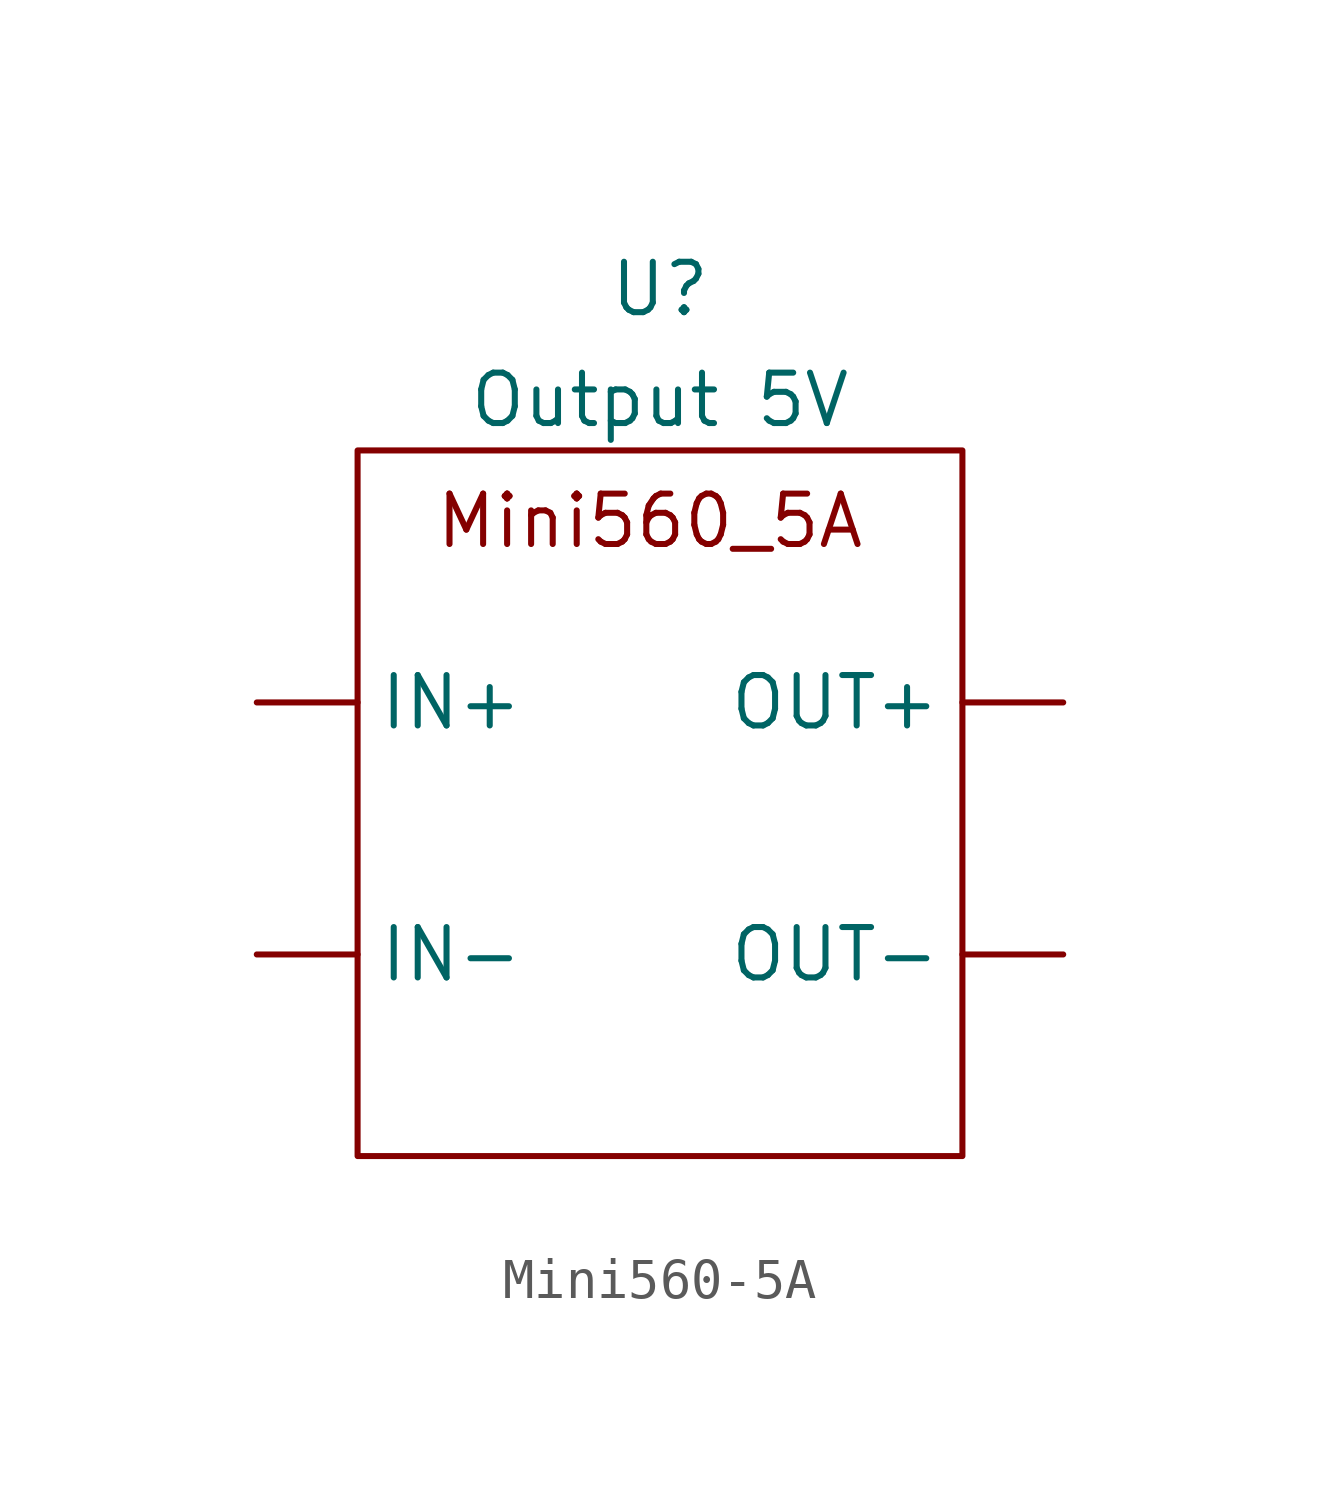
<source format=kicad_sym>
(kicad_symbol_lib
  (version 20231120)
  (generator "kicad_symbol_editor")
  (generator_version "8.0")
  (symbol "Mini560-5A"
    (property "Reference" "U"
      (at 0 12.954 0)
      (effects (font (size 1.27 1.27))))
    (property "Value" "Output 5V"
      (at 0 10.16 0)
      (effects (font (size 1.27 1.27))))
    (symbol "Mini560-5A_0_1"
      (rectangle (start -7.62 8.89) (end 7.62 -8.89) (stroke (width 0) (type default)) (fill (type none))))
    (symbol "Mini560-5A_1_1"
      (text "Mini560_5A\n" (at -0.254 7.112 0) (effects (font (size 1.27 1.27))))
      (pin input line (at -10.16 2.54 0) (length 2.54) (name "IN+" (effects (font (size 1.27 1.27)))) (number "" (effects (font (size 1.27 1.27)))))
      (pin input line (at -10.16 -3.81 0) (length 2.54) (name "IN-" (effects (font (size 1.27 1.27)))) (number "" (effects (font (size 1.27 1.27)))))
      (pin output line (at 10.16 2.54 180) (length 2.54) (name "OUT+" (effects (font (size 1.27 1.27)))) (number "" (effects (font (size 1.27 1.27)))))
      (pin output line (at 10.16 -3.81 180) (length 2.54) (name "OUT-" (effects (font (size 1.27 1.27)))) (number "" (effects (font (size 1.27 1.27))))))))
</source>
